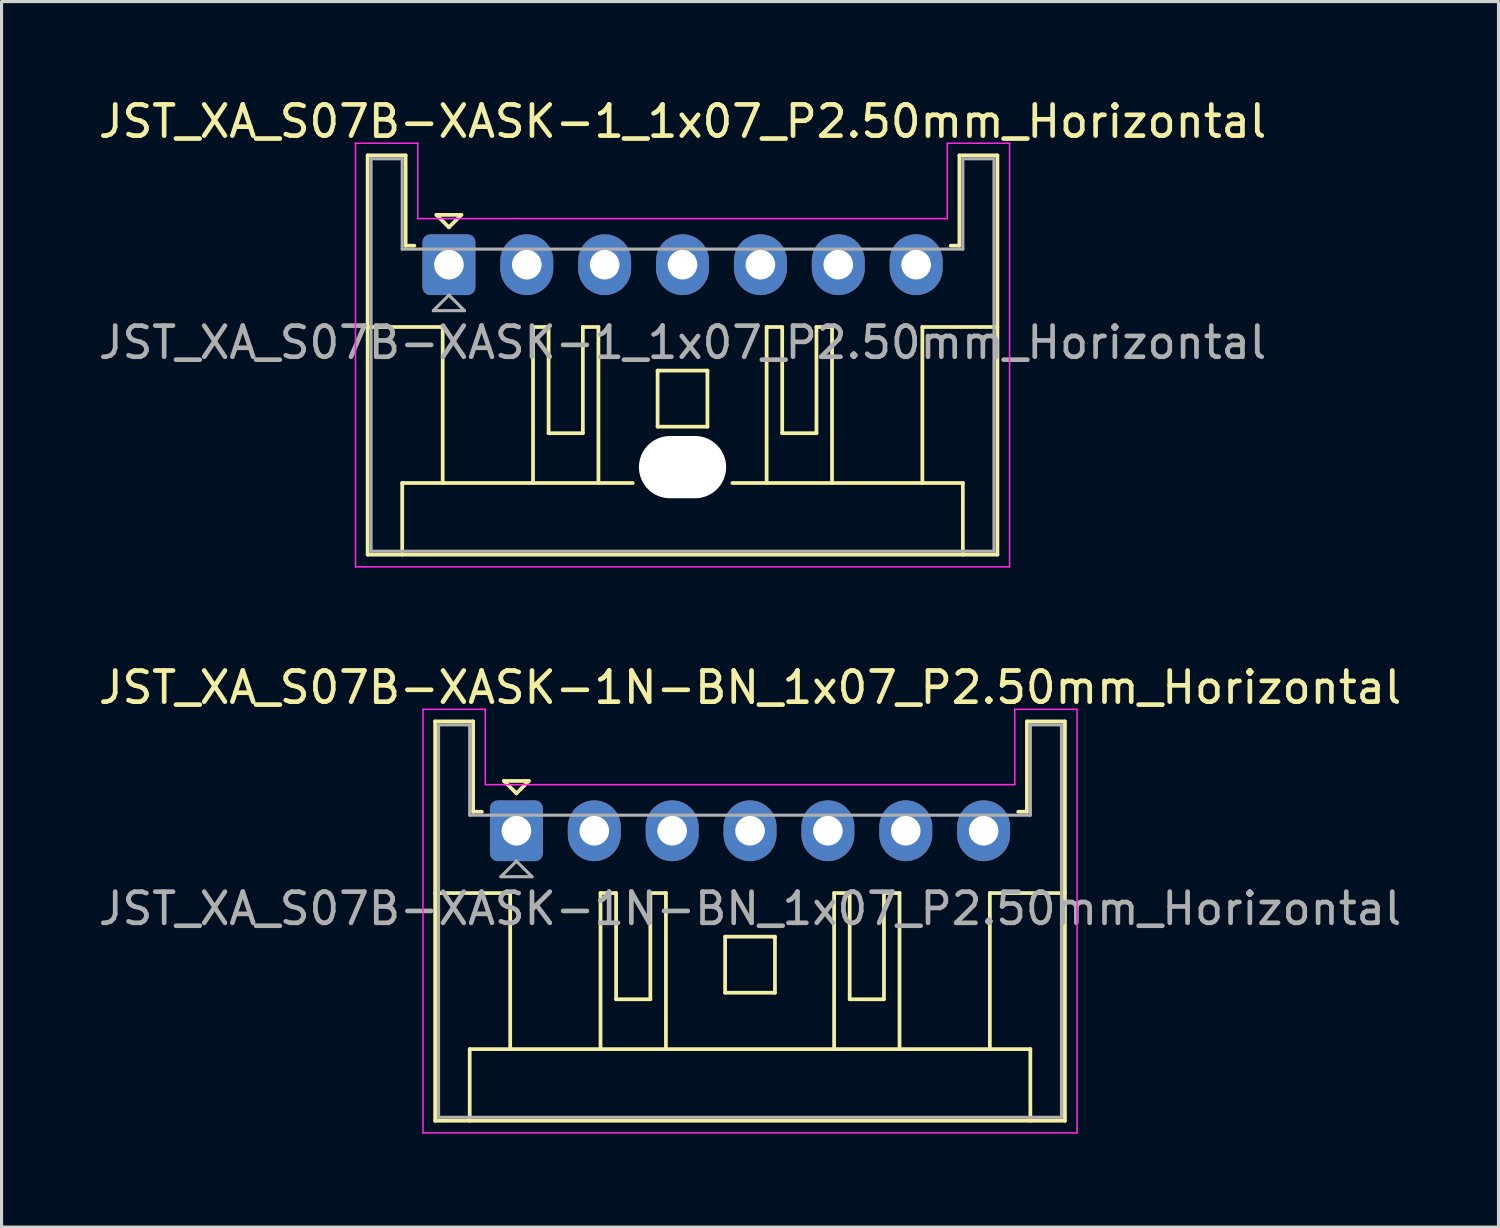
<source format=kicad_pcb>
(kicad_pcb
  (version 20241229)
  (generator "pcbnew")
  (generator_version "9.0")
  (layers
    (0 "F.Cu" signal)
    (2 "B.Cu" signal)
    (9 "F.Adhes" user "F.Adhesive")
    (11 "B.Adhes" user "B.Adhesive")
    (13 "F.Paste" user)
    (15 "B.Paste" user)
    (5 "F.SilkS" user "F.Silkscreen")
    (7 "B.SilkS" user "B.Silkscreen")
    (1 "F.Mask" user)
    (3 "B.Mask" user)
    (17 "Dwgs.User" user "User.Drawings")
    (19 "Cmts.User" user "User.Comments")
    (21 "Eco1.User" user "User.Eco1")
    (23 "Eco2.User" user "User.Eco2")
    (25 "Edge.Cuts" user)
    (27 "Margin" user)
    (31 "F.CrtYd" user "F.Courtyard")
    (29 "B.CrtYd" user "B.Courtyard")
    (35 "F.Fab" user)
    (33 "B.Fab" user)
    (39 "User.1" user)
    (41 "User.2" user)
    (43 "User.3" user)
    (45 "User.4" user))
  (footprint "JST_XA_S07B-XASK-1_1x07_P2.50mm_Horizontal"
    (layer "F.Cu")
    (at 11.363 5.448)
    (property "Reference" "JST_XA_S07B-XASK-1_1x07_P2.50mm_Horizontal" (at 7.5 -4.6 0) (layer "F.SilkS") (effects (font (size 1 1) (thickness 0.15))))
    (attr through_hole)
    (fp_line (start -2.61 -3.51) (end -2.61 9.31) (stroke (width 0.12) (type solid)) (layer "F.SilkS"))
    (fp_line (start -2.61 9.31) (end 17.61 9.31) (stroke (width 0.12) (type solid)) (layer "F.SilkS"))
    (fp_line (start -1.5 7.01) (end 5.9 7.01) (stroke (width 0.12) (type solid)) (layer "F.SilkS"))
    (fp_line (start -1.5 9.31) (end -1.5 7.01) (stroke (width 0.12) (type solid)) (layer "F.SilkS"))
    (fp_line (start -1.39 -3.51) (end -2.61 -3.51) (stroke (width 0.12) (type solid)) (layer "F.SilkS"))
    (fp_line (start -1.39 -0.61) (end -1.39 -3.51) (stroke (width 0.12) (type solid)) (layer "F.SilkS"))
    (fp_line (start -1.11 -0.61) (end -1.39 -0.61) (stroke (width 0.12) (type solid)) (layer "F.SilkS"))
    (fp_line (start -0.4 -1.6) (end 0.4 -1.6) (stroke (width 0.12) (type solid)) (layer "F.SilkS"))
    (fp_line (start -0.2 2) (end -2.61 2) (stroke (width 0.12) (type solid)) (layer "F.SilkS"))
    (fp_line (start -0.2 7.01) (end -0.2 2) (stroke (width 0.12) (type solid)) (layer "F.SilkS"))
    (fp_line (start 0 -1.2) (end -0.4 -1.6) (stroke (width 0.12) (type solid)) (layer "F.SilkS"))
    (fp_line (start 0.4 -1.6) (end 0 -1.2) (stroke (width 0.12) (type solid)) (layer "F.SilkS"))
    (fp_line (start 2.7 2) (end 2.7 7.01) (stroke (width 0.12) (type solid)) (layer "F.SilkS"))
    (fp_line (start 3.2 2) (end 2.7 2) (stroke (width 0.12) (type solid)) (layer "F.SilkS"))
    (fp_line (start 3.2 5.41) (end 3.2 2) (stroke (width 0.12) (type solid)) (layer "F.SilkS"))
    (fp_line (start 4.3 2) (end 4.3 5.41) (stroke (width 0.12) (type solid)) (layer "F.SilkS"))
    (fp_line (start 4.3 5.41) (end 3.2 5.41) (stroke (width 0.12) (type solid)) (layer "F.SilkS"))
    (fp_line (start 4.8 2) (end 4.3 2) (stroke (width 0.12) (type solid)) (layer "F.SilkS"))
    (fp_line (start 4.8 7.01) (end 4.8 2) (stroke (width 0.12) (type solid)) (layer "F.SilkS"))
    (fp_line (start 6.7 3.4) (end 8.3 3.4) (stroke (width 0.12) (type solid)) (layer "F.SilkS"))
    (fp_line (start 6.7 5.2) (end 6.7 3.4) (stroke (width 0.12) (type solid)) (layer "F.SilkS"))
    (fp_line (start 8.3 3.4) (end 8.3 5.2) (stroke (width 0.12) (type solid)) (layer "F.SilkS"))
    (fp_line (start 8.3 5.2) (end 6.7 5.2) (stroke (width 0.12) (type solid)) (layer "F.SilkS"))
    (fp_line (start 9.1 7.01) (end 16.5 7.01) (stroke (width 0.12) (type solid)) (layer "F.SilkS"))
    (fp_line (start 10.2 2) (end 10.7 2) (stroke (width 0.12) (type solid)) (layer "F.SilkS"))
    (fp_line (start 10.2 7.01) (end 10.2 2) (stroke (width 0.12) (type solid)) (layer "F.SilkS"))
    (fp_line (start 10.7 2) (end 10.7 5.41) (stroke (width 0.12) (type solid)) (layer "F.SilkS"))
    (fp_line (start 10.7 5.41) (end 11.8 5.41) (stroke (width 0.12) (type solid)) (layer "F.SilkS"))
    (fp_line (start 11.8 2) (end 12.3 2) (stroke (width 0.12) (type solid)) (layer "F.SilkS"))
    (fp_line (start 11.8 5.41) (end 11.8 2) (stroke (width 0.12) (type solid)) (layer "F.SilkS"))
    (fp_line (start 12.3 2) (end 12.3 7.01) (stroke (width 0.12) (type solid)) (layer "F.SilkS"))
    (fp_line (start 15.2 2) (end 17.61 2) (stroke (width 0.12) (type solid)) (layer "F.SilkS"))
    (fp_line (start 15.2 7.01) (end 15.2 2) (stroke (width 0.12) (type solid)) (layer "F.SilkS"))
    (fp_line (start 16.39 -3.51) (end 16.39 -0.61) (stroke (width 0.12) (type solid)) (layer "F.SilkS"))
    (fp_line (start 16.39 -0.61) (end 16.11 -0.61) (stroke (width 0.12) (type solid)) (layer "F.SilkS"))
    (fp_line (start 16.5 7.01) (end 16.5 9.31) (stroke (width 0.12) (type solid)) (layer "F.SilkS"))
    (fp_line (start 17.61 -3.51) (end 16.39 -3.51) (stroke (width 0.12) (type solid)) (layer "F.SilkS"))
    (fp_line (start 17.61 9.31) (end 17.61 -3.51) (stroke (width 0.12) (type solid)) (layer "F.SilkS"))
    (fp_line (start -3 -3.9) (end -3 9.7) (stroke (width 0.05) (type solid)) (layer "F.CrtYd"))
    (fp_line (start -3 9.7) (end 18 9.7) (stroke (width 0.05) (type solid)) (layer "F.CrtYd"))
    (fp_line (start -1 -3.9) (end -3 -3.9) (stroke (width 0.05) (type solid)) (layer "F.CrtYd"))
    (fp_line (start -1 -1.48) (end -1 -3.9) (stroke (width 0.05) (type solid)) (layer "F.CrtYd"))
    (fp_line (start 16 -3.9) (end 16 -1.48) (stroke (width 0.05) (type solid)) (layer "F.CrtYd"))
    (fp_line (start 16 -1.48) (end -1 -1.48) (stroke (width 0.05) (type solid)) (layer "F.CrtYd"))
    (fp_line (start 18 -3.9) (end 16 -3.9) (stroke (width 0.05) (type solid)) (layer "F.CrtYd"))
    (fp_line (start 18 9.7) (end 18 -3.9) (stroke (width 0.05) (type solid)) (layer "F.CrtYd"))
    (fp_line (start -2.5 -3.4) (end -2.5 9.2) (stroke (width 0.1) (type solid)) (layer "F.Fab"))
    (fp_line (start -2.5 9.2) (end 17.5 9.2) (stroke (width 0.1) (type solid)) (layer "F.Fab"))
    (fp_line (start -1.5 -3.4) (end -2.5 -3.4) (stroke (width 0.1) (type solid)) (layer "F.Fab"))
    (fp_line (start -1.5 -0.5) (end -1.5 -3.4) (stroke (width 0.1) (type solid)) (layer "F.Fab"))
    (fp_line (start -0.5 1.475) (end 0.5 1.475) (stroke (width 0.1) (type solid)) (layer "F.Fab"))
    (fp_line (start 0 0.975) (end -0.5 1.475) (stroke (width 0.1) (type solid)) (layer "F.Fab"))
    (fp_line (start 0.5 1.475) (end 0 0.975) (stroke (width 0.1) (type solid)) (layer "F.Fab"))
    (fp_line (start 16.5 -3.4) (end 16.5 -0.5) (stroke (width 0.1) (type solid)) (layer "F.Fab"))
    (fp_line (start 16.5 -0.5) (end -1.5 -0.5) (stroke (width 0.1) (type solid)) (layer "F.Fab"))
    (fp_line (start 17.5 -3.4) (end 16.5 -3.4) (stroke (width 0.1) (type solid)) (layer "F.Fab"))
    (fp_line (start 17.5 9.2) (end 17.5 -3.4) (stroke (width 0.1) (type solid)) (layer "F.Fab"))
    (fp_text user "${REFERENCE}" (at 7.5 2.5 0) (layer "F.Fab") (effects (font (size 1 1) (thickness 0.15))))
    (pad "" np_thru_hole oval (at 7.5 6.5) (size 2.8 2) (drill oval 2.8 2) (layers "*.Cu" "*.Mask"))
    (pad "1" thru_hole roundrect (at 0 0) (size 1.7 1.95) (drill 0.95) (layers "*.Cu" "*.Mask") (roundrect_rratio 0.147))
    (pad "2" thru_hole oval (at 2.5 0) (size 1.7 1.95) (drill 0.95) (layers "*.Cu" "*.Mask"))
    (pad "3" thru_hole oval (at 5 0) (size 1.7 1.95) (drill 0.95) (layers "*.Cu" "*.Mask"))
    (pad "4" thru_hole oval (at 7.5 0) (size 1.7 1.95) (drill 0.95) (layers "*.Cu" "*.Mask"))
    (pad "5" thru_hole oval (at 10 0) (size 1.7 1.95) (drill 0.95) (layers "*.Cu" "*.Mask"))
    (pad "6" thru_hole oval (at 12.5 0) (size 1.7 1.95) (drill 0.95) (layers "*.Cu" "*.Mask"))
    (pad "7" thru_hole oval (at 15 0) (size 1.7 1.95) (drill 0.95) (layers "*.Cu" "*.Mask")))
  (footprint "JST_XA_S07B-XASK-1N-BN_1x07_P2.50mm_Horizontal"
    (layer "F.Cu")
    (at 13.53 23.622)
    (property "Reference" "JST_XA_S07B-XASK-1N-BN_1x07_P2.50mm_Horizontal" (at 7.5 -4.6 0) (layer "F.SilkS") (effects (font (size 1 1) (thickness 0.15))))
    (attr through_hole)
    (fp_line (start -2.61 -3.51) (end -2.61 9.31) (stroke (width 0.12) (type solid)) (layer "F.SilkS"))
    (fp_line (start -2.61 9.31) (end 17.61 9.31) (stroke (width 0.12) (type solid)) (layer "F.SilkS"))
    (fp_line (start -1.5 7.01) (end 16.5 7.01) (stroke (width 0.12) (type solid)) (layer "F.SilkS"))
    (fp_line (start -1.5 9.31) (end -1.5 7.01) (stroke (width 0.12) (type solid)) (layer "F.SilkS"))
    (fp_line (start -1.39 -3.51) (end -2.61 -3.51) (stroke (width 0.12) (type solid)) (layer "F.SilkS"))
    (fp_line (start -1.39 -0.61) (end -1.39 -3.51) (stroke (width 0.12) (type solid)) (layer "F.SilkS"))
    (fp_line (start -1.11 -0.61) (end -1.39 -0.61) (stroke (width 0.12) (type solid)) (layer "F.SilkS"))
    (fp_line (start -0.4 -1.6) (end 0.4 -1.6) (stroke (width 0.12) (type solid)) (layer "F.SilkS"))
    (fp_line (start -0.2 2) (end -2.61 2) (stroke (width 0.12) (type solid)) (layer "F.SilkS"))
    (fp_line (start -0.2 7.01) (end -0.2 2) (stroke (width 0.12) (type solid)) (layer "F.SilkS"))
    (fp_line (start 0 -1.2) (end -0.4 -1.6) (stroke (width 0.12) (type solid)) (layer "F.SilkS"))
    (fp_line (start 0.4 -1.6) (end 0 -1.2) (stroke (width 0.12) (type solid)) (layer "F.SilkS"))
    (fp_line (start 2.7 2) (end 2.7 7.01) (stroke (width 0.12) (type solid)) (layer "F.SilkS"))
    (fp_line (start 3.2 2) (end 2.7 2) (stroke (width 0.12) (type solid)) (layer "F.SilkS"))
    (fp_line (start 3.2 5.41) (end 3.2 2) (stroke (width 0.12) (type solid)) (layer "F.SilkS"))
    (fp_line (start 4.3 2) (end 4.3 5.41) (stroke (width 0.12) (type solid)) (layer "F.SilkS"))
    (fp_line (start 4.3 5.41) (end 3.2 5.41) (stroke (width 0.12) (type solid)) (layer "F.SilkS"))
    (fp_line (start 4.8 2) (end 4.3 2) (stroke (width 0.12) (type solid)) (layer "F.SilkS"))
    (fp_line (start 4.8 7.01) (end 4.8 2) (stroke (width 0.12) (type solid)) (layer "F.SilkS"))
    (fp_line (start 6.7 3.4) (end 8.3 3.4) (stroke (width 0.12) (type solid)) (layer "F.SilkS"))
    (fp_line (start 6.7 5.2) (end 6.7 3.4) (stroke (width 0.12) (type solid)) (layer "F.SilkS"))
    (fp_line (start 8.3 3.4) (end 8.3 5.2) (stroke (width 0.12) (type solid)) (layer "F.SilkS"))
    (fp_line (start 8.3 5.2) (end 6.7 5.2) (stroke (width 0.12) (type solid)) (layer "F.SilkS"))
    (fp_line (start 10.2 2) (end 10.7 2) (stroke (width 0.12) (type solid)) (layer "F.SilkS"))
    (fp_line (start 10.2 7.01) (end 10.2 2) (stroke (width 0.12) (type solid)) (layer "F.SilkS"))
    (fp_line (start 10.7 2) (end 10.7 5.41) (stroke (width 0.12) (type solid)) (layer "F.SilkS"))
    (fp_line (start 10.7 5.41) (end 11.8 5.41) (stroke (width 0.12) (type solid)) (layer "F.SilkS"))
    (fp_line (start 11.8 2) (end 12.3 2) (stroke (width 0.12) (type solid)) (layer "F.SilkS"))
    (fp_line (start 11.8 5.41) (end 11.8 2) (stroke (width 0.12) (type solid)) (layer "F.SilkS"))
    (fp_line (start 12.3 2) (end 12.3 7.01) (stroke (width 0.12) (type solid)) (layer "F.SilkS"))
    (fp_line (start 15.2 2) (end 17.61 2) (stroke (width 0.12) (type solid)) (layer "F.SilkS"))
    (fp_line (start 15.2 7.01) (end 15.2 2) (stroke (width 0.12) (type solid)) (layer "F.SilkS"))
    (fp_line (start 16.39 -3.51) (end 16.39 -0.61) (stroke (width 0.12) (type solid)) (layer "F.SilkS"))
    (fp_line (start 16.39 -0.61) (end 16.11 -0.61) (stroke (width 0.12) (type solid)) (layer "F.SilkS"))
    (fp_line (start 16.5 7.01) (end 16.5 9.31) (stroke (width 0.12) (type solid)) (layer "F.SilkS"))
    (fp_line (start 17.61 -3.51) (end 16.39 -3.51) (stroke (width 0.12) (type solid)) (layer "F.SilkS"))
    (fp_line (start 17.61 9.31) (end 17.61 -3.51) (stroke (width 0.12) (type solid)) (layer "F.SilkS"))
    (fp_line (start -3 -3.9) (end -3 9.7) (stroke (width 0.05) (type solid)) (layer "F.CrtYd"))
    (fp_line (start -3 9.7) (end 18 9.7) (stroke (width 0.05) (type solid)) (layer "F.CrtYd"))
    (fp_line (start -1 -3.9) (end -3 -3.9) (stroke (width 0.05) (type solid)) (layer "F.CrtYd"))
    (fp_line (start -1 -1.48) (end -1 -3.9) (stroke (width 0.05) (type solid)) (layer "F.CrtYd"))
    (fp_line (start 16 -3.9) (end 16 -1.48) (stroke (width 0.05) (type solid)) (layer "F.CrtYd"))
    (fp_line (start 16 -1.48) (end -1 -1.48) (stroke (width 0.05) (type solid)) (layer "F.CrtYd"))
    (fp_line (start 18 -3.9) (end 16 -3.9) (stroke (width 0.05) (type solid)) (layer "F.CrtYd"))
    (fp_line (start 18 9.7) (end 18 -3.9) (stroke (width 0.05) (type solid)) (layer "F.CrtYd"))
    (fp_line (start -2.5 -3.4) (end -2.5 9.2) (stroke (width 0.1) (type solid)) (layer "F.Fab"))
    (fp_line (start -2.5 9.2) (end 17.5 9.2) (stroke (width 0.1) (type solid)) (layer "F.Fab"))
    (fp_line (start -1.5 -3.4) (end -2.5 -3.4) (stroke (width 0.1) (type solid)) (layer "F.Fab"))
    (fp_line (start -1.5 -0.5) (end -1.5 -3.4) (stroke (width 0.1) (type solid)) (layer "F.Fab"))
    (fp_line (start -0.5 1.475) (end 0.5 1.475) (stroke (width 0.1) (type solid)) (layer "F.Fab"))
    (fp_line (start 0 0.975) (end -0.5 1.475) (stroke (width 0.1) (type solid)) (layer "F.Fab"))
    (fp_line (start 0.5 1.475) (end 0 0.975) (stroke (width 0.1) (type solid)) (layer "F.Fab"))
    (fp_line (start 16.5 -3.4) (end 16.5 -0.5) (stroke (width 0.1) (type solid)) (layer "F.Fab"))
    (fp_line (start 16.5 -0.5) (end -1.5 -0.5) (stroke (width 0.1) (type solid)) (layer "F.Fab"))
    (fp_line (start 17.5 -3.4) (end 16.5 -3.4) (stroke (width 0.1) (type solid)) (layer "F.Fab"))
    (fp_line (start 17.5 9.2) (end 17.5 -3.4) (stroke (width 0.1) (type solid)) (layer "F.Fab"))
    (fp_text user "${REFERENCE}" (at 7.5 2.5 0) (layer "F.Fab") (effects (font (size 1 1) (thickness 0.15))))
    (pad "1" thru_hole roundrect (at 0 0) (size 1.7 1.95) (drill 0.95) (layers "*.Cu" "*.Mask") (roundrect_rratio 0.147))
    (pad "2" thru_hole oval (at 2.5 0) (size 1.7 1.95) (drill 0.95) (layers "*.Cu" "*.Mask"))
    (pad "3" thru_hole oval (at 5 0) (size 1.7 1.95) (drill 0.95) (layers "*.Cu" "*.Mask"))
    (pad "4" thru_hole oval (at 7.5 0) (size 1.7 1.95) (drill 0.95) (layers "*.Cu" "*.Mask"))
    (pad "5" thru_hole oval (at 10 0) (size 1.7 1.95) (drill 0.95) (layers "*.Cu" "*.Mask"))
    (pad "6" thru_hole oval (at 12.5 0) (size 1.7 1.95) (drill 0.95) (layers "*.Cu" "*.Mask"))
    (pad "7" thru_hole oval (at 15 0) (size 1.7 1.95) (drill 0.95) (layers "*.Cu" "*.Mask")))
  (gr_rect
    (start -3 -3)
    (end 45.06 36.346)
    (stroke (width 0.1) (type default))
    (fill no)
    (layer "Edge.Cuts")))
</source>
